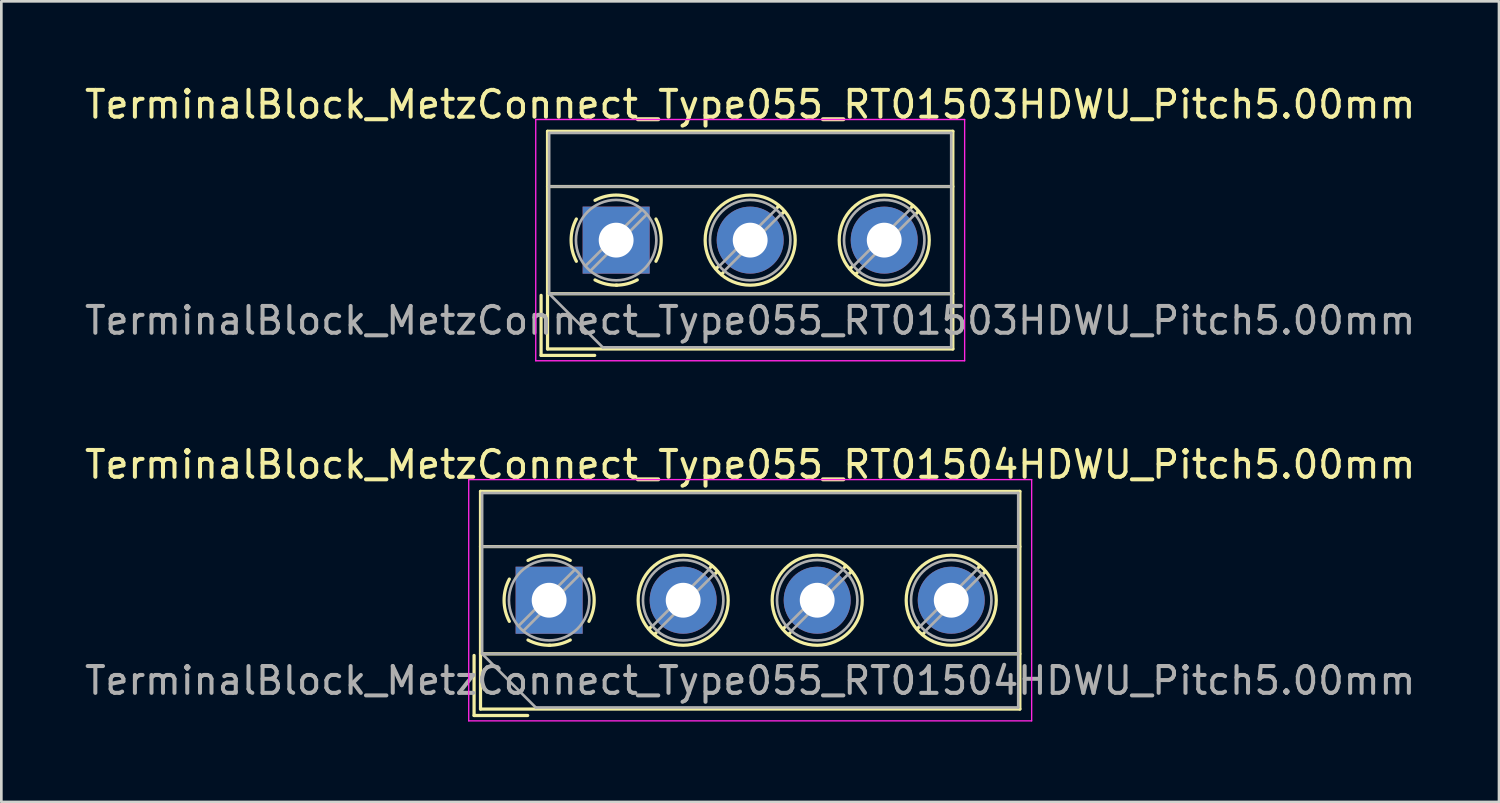
<source format=kicad_pcb>
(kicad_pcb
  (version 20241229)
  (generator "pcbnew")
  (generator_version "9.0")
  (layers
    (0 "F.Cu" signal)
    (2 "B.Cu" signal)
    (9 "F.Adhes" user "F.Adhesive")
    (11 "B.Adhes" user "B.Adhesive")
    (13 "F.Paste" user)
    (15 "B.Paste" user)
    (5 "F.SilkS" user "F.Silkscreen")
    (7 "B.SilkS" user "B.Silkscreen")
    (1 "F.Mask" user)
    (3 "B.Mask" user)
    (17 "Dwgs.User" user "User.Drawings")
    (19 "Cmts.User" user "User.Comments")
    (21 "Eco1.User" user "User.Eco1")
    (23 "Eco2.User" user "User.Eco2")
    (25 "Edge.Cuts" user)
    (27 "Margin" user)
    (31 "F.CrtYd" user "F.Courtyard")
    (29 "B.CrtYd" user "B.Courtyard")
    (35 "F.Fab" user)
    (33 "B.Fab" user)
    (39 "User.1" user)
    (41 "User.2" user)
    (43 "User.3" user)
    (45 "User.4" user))
  (footprint "TerminalBlock_MetzConnect_Type055_RT01503HDWU_Pitch5.00mm"
    (layer "F.Cu")
    (at 19.935 5.908)
    (property "Reference" "TerminalBlock_MetzConnect_Type055_RT01503HDWU_Pitch5.00mm" (at 5 -5.06 0) (layer "F.SilkS") (effects (font (size 1 1) (thickness 0.15))))
    (attr through_hole)
    (fp_line (start -2.8 2.06) (end -2.8 4.3) (stroke (width 0.12) (type solid)) (layer "F.SilkS"))
    (fp_line (start -2.8 4.3) (end -0.8 4.3) (stroke (width 0.12) (type solid)) (layer "F.SilkS"))
    (fp_line (start -2.56 -4.06) (end -2.56 4.06) (stroke (width 0.12) (type solid)) (layer "F.SilkS"))
    (fp_line (start -2.56 -2) (end 12.56 -2) (stroke (width 0.12) (type solid)) (layer "F.SilkS"))
    (fp_line (start -2.56 2) (end 12.56 2) (stroke (width 0.12) (type solid)) (layer "F.SilkS"))
    (fp_line (start -2.56 4.06) (end 12.56 4.06) (stroke (width 0.12) (type solid)) (layer "F.SilkS"))
    (fp_line (start 3.82 0.976) (end 3.726 1.069) (stroke (width 0.12) (type solid)) (layer "F.SilkS"))
    (fp_line (start 3.99 1.216) (end 3.931 1.274) (stroke (width 0.12) (type solid)) (layer "F.SilkS"))
    (fp_line (start 6.07 -1.275) (end 6.011 -1.216) (stroke (width 0.12) (type solid)) (layer "F.SilkS"))
    (fp_line (start 6.275 -1.069) (end 6.181 -0.976) (stroke (width 0.12) (type solid)) (layer "F.SilkS"))
    (fp_line (start 8.82 0.976) (end 8.726 1.069) (stroke (width 0.12) (type solid)) (layer "F.SilkS"))
    (fp_line (start 8.99 1.216) (end 8.931 1.274) (stroke (width 0.12) (type solid)) (layer "F.SilkS"))
    (fp_line (start 11.07 -1.275) (end 11.011 -1.216) (stroke (width 0.12) (type solid)) (layer "F.SilkS"))
    (fp_line (start 11.275 -1.069) (end 11.181 -0.976) (stroke (width 0.12) (type solid)) (layer "F.SilkS"))
    (fp_line (start 12.56 -4.06) (end -2.56 -4.06) (stroke (width 0.12) (type solid)) (layer "F.SilkS"))
    (fp_line (start 12.56 4.06) (end 12.56 -4.06) (stroke (width 0.12) (type solid)) (layer "F.SilkS"))
    (fp_arc (start -1.483953 0.789089) (mid -1.680708 0.00005) (end -1.484 -0.789) (stroke (width 0.12) (type solid)) (layer "F.SilkS"))
    (fp_arc (start -0.789089 -1.483953) (mid -0.00005 -1.680708) (end 0.789 -1.484) (stroke (width 0.12) (type solid)) (layer "F.SilkS"))
    (fp_arc (start 0.029383 1.68045) (mid -0.392304 1.634281) (end -0.789 1.484) (stroke (width 0.12) (type solid)) (layer "F.SilkS"))
    (fp_arc (start 0.788712 1.483352) (mid 0.406429 1.630097) (end 0 1.68) (stroke (width 0.12) (type solid)) (layer "F.SilkS"))
    (fp_arc (start 1.483953 -0.789089) (mid 1.680708 -0.00005) (end 1.484 0.789) (stroke (width 0.12) (type solid)) (layer "F.SilkS"))
    (fp_circle (center 5 0) (end 6.68 0) (stroke (width 0.12) (type solid)) (fill no) (layer "F.SilkS"))
    (fp_circle (center 10 0) (end 11.68 0) (stroke (width 0.12) (type solid)) (fill no) (layer "F.SilkS"))
    (fp_line (start -3 -4.5) (end -3 4.5) (stroke (width 0.05) (type solid)) (layer "F.CrtYd"))
    (fp_line (start -3 4.5) (end 13 4.5) (stroke (width 0.05) (type solid)) (layer "F.CrtYd"))
    (fp_line (start 13 -4.5) (end -3 -4.5) (stroke (width 0.05) (type solid)) (layer "F.CrtYd"))
    (fp_line (start 13 4.5) (end 13 -4.5) (stroke (width 0.05) (type solid)) (layer "F.CrtYd"))
    (fp_line (start -2.5 -4) (end 12.5 -4) (stroke (width 0.1) (type solid)) (layer "F.Fab"))
    (fp_line (start -2.5 -2) (end 12.5 -2) (stroke (width 0.1) (type solid)) (layer "F.Fab"))
    (fp_line (start -2.5 2) (end -2.5 -4) (stroke (width 0.1) (type solid)) (layer "F.Fab"))
    (fp_line (start -2.5 2) (end 12.5 2) (stroke (width 0.1) (type solid)) (layer "F.Fab"))
    (fp_line (start -0.5 4) (end -2.5 2) (stroke (width 0.1) (type solid)) (layer "F.Fab"))
    (fp_line (start 0.955 -1.138) (end -1.138 0.955) (stroke (width 0.1) (type solid)) (layer "F.Fab"))
    (fp_line (start 1.138 -0.955) (end -0.955 1.138) (stroke (width 0.1) (type solid)) (layer "F.Fab"))
    (fp_line (start 5.955 -1.138) (end 3.863 0.955) (stroke (width 0.1) (type solid)) (layer "F.Fab"))
    (fp_line (start 6.138 -0.955) (end 4.046 1.138) (stroke (width 0.1) (type solid)) (layer "F.Fab"))
    (fp_line (start 10.955 -1.138) (end 8.863 0.955) (stroke (width 0.1) (type solid)) (layer "F.Fab"))
    (fp_line (start 11.138 -0.955) (end 9.046 1.138) (stroke (width 0.1) (type solid)) (layer "F.Fab"))
    (fp_line (start 12.5 -4) (end 12.5 4) (stroke (width 0.1) (type solid)) (layer "F.Fab"))
    (fp_line (start 12.5 4) (end -0.5 4) (stroke (width 0.1) (type solid)) (layer "F.Fab"))
    (fp_circle (center 0 0) (end 1.5 0) (stroke (width 0.1) (type solid)) (fill no) (layer "F.Fab"))
    (fp_circle (center 5 0) (end 6.5 0) (stroke (width 0.1) (type solid)) (fill no) (layer "F.Fab"))
    (fp_circle (center 10 0) (end 11.5 0) (stroke (width 0.1) (type solid)) (fill no) (layer "F.Fab"))
    (fp_text user "${REFERENCE}" (at 5 3 0) (layer "F.Fab") (effects (font (size 1 1) (thickness 0.15))))
    (pad "1" thru_hole rect (at 0 0) (size 2.5 2.5) (drill 1.3) (layers "*.Cu" "*.Mask"))
    (pad "2" thru_hole circle (at 5 0) (size 2.5 2.5) (drill 1.3) (layers "*.Cu" "*.Mask"))
    (pad "3" thru_hole circle (at 10 0) (size 2.5 2.5) (drill 1.3) (layers "*.Cu" "*.Mask")))
  (footprint "TerminalBlock_MetzConnect_Type055_RT01504HDWU_Pitch5.00mm"
    (layer "F.Cu")
    (at 17.435 19.341)
    (property "Reference" "TerminalBlock_MetzConnect_Type055_RT01504HDWU_Pitch5.00mm" (at 7.5 -5.06 0) (layer "F.SilkS") (effects (font (size 1 1) (thickness 0.15))))
    (attr through_hole)
    (fp_line (start -2.8 2.06) (end -2.8 4.3) (stroke (width 0.12) (type solid)) (layer "F.SilkS"))
    (fp_line (start -2.8 4.3) (end -0.8 4.3) (stroke (width 0.12) (type solid)) (layer "F.SilkS"))
    (fp_line (start -2.56 -4.06) (end -2.56 4.06) (stroke (width 0.12) (type solid)) (layer "F.SilkS"))
    (fp_line (start -2.56 -2) (end 17.56 -2) (stroke (width 0.12) (type solid)) (layer "F.SilkS"))
    (fp_line (start -2.56 2) (end 17.56 2) (stroke (width 0.12) (type solid)) (layer "F.SilkS"))
    (fp_line (start -2.56 4.06) (end 17.56 4.06) (stroke (width 0.12) (type solid)) (layer "F.SilkS"))
    (fp_line (start 3.82 0.976) (end 3.726 1.069) (stroke (width 0.12) (type solid)) (layer "F.SilkS"))
    (fp_line (start 3.99 1.216) (end 3.931 1.274) (stroke (width 0.12) (type solid)) (layer "F.SilkS"))
    (fp_line (start 6.07 -1.275) (end 6.011 -1.216) (stroke (width 0.12) (type solid)) (layer "F.SilkS"))
    (fp_line (start 6.275 -1.069) (end 6.181 -0.976) (stroke (width 0.12) (type solid)) (layer "F.SilkS"))
    (fp_line (start 8.82 0.976) (end 8.726 1.069) (stroke (width 0.12) (type solid)) (layer "F.SilkS"))
    (fp_line (start 8.99 1.216) (end 8.931 1.274) (stroke (width 0.12) (type solid)) (layer "F.SilkS"))
    (fp_line (start 11.07 -1.275) (end 11.011 -1.216) (stroke (width 0.12) (type solid)) (layer "F.SilkS"))
    (fp_line (start 11.275 -1.069) (end 11.181 -0.976) (stroke (width 0.12) (type solid)) (layer "F.SilkS"))
    (fp_line (start 13.82 0.976) (end 13.726 1.069) (stroke (width 0.12) (type solid)) (layer "F.SilkS"))
    (fp_line (start 13.99 1.216) (end 13.931 1.274) (stroke (width 0.12) (type solid)) (layer "F.SilkS"))
    (fp_line (start 16.07 -1.275) (end 16.011 -1.216) (stroke (width 0.12) (type solid)) (layer "F.SilkS"))
    (fp_line (start 16.275 -1.069) (end 16.181 -0.976) (stroke (width 0.12) (type solid)) (layer "F.SilkS"))
    (fp_line (start 17.56 -4.06) (end -2.56 -4.06) (stroke (width 0.12) (type solid)) (layer "F.SilkS"))
    (fp_line (start 17.56 4.06) (end 17.56 -4.06) (stroke (width 0.12) (type solid)) (layer "F.SilkS"))
    (fp_arc (start -1.483953 0.789089) (mid -1.680708 0.00005) (end -1.484 -0.789) (stroke (width 0.12) (type solid)) (layer "F.SilkS"))
    (fp_arc (start -0.789089 -1.483953) (mid -0.00005 -1.680708) (end 0.789 -1.484) (stroke (width 0.12) (type solid)) (layer "F.SilkS"))
    (fp_arc (start 0.029383 1.68045) (mid -0.392304 1.634281) (end -0.789 1.484) (stroke (width 0.12) (type solid)) (layer "F.SilkS"))
    (fp_arc (start 0.788712 1.483352) (mid 0.406429 1.630097) (end 0 1.68) (stroke (width 0.12) (type solid)) (layer "F.SilkS"))
    (fp_arc (start 1.483953 -0.789089) (mid 1.680708 -0.00005) (end 1.484 0.789) (stroke (width 0.12) (type solid)) (layer "F.SilkS"))
    (fp_circle (center 5 0) (end 6.68 0) (stroke (width 0.12) (type solid)) (fill no) (layer "F.SilkS"))
    (fp_circle (center 10 0) (end 11.68 0) (stroke (width 0.12) (type solid)) (fill no) (layer "F.SilkS"))
    (fp_circle (center 15 0) (end 16.68 0) (stroke (width 0.12) (type solid)) (fill no) (layer "F.SilkS"))
    (fp_line (start -3 -4.5) (end -3 4.5) (stroke (width 0.05) (type solid)) (layer "F.CrtYd"))
    (fp_line (start -3 4.5) (end 18 4.5) (stroke (width 0.05) (type solid)) (layer "F.CrtYd"))
    (fp_line (start 18 -4.5) (end -3 -4.5) (stroke (width 0.05) (type solid)) (layer "F.CrtYd"))
    (fp_line (start 18 4.5) (end 18 -4.5) (stroke (width 0.05) (type solid)) (layer "F.CrtYd"))
    (fp_line (start -2.5 -4) (end 17.5 -4) (stroke (width 0.1) (type solid)) (layer "F.Fab"))
    (fp_line (start -2.5 -2) (end 17.5 -2) (stroke (width 0.1) (type solid)) (layer "F.Fab"))
    (fp_line (start -2.5 2) (end -2.5 -4) (stroke (width 0.1) (type solid)) (layer "F.Fab"))
    (fp_line (start -2.5 2) (end 17.5 2) (stroke (width 0.1) (type solid)) (layer "F.Fab"))
    (fp_line (start -0.5 4) (end -2.5 2) (stroke (width 0.1) (type solid)) (layer "F.Fab"))
    (fp_line (start 0.955 -1.138) (end -1.138 0.955) (stroke (width 0.1) (type solid)) (layer "F.Fab"))
    (fp_line (start 1.138 -0.955) (end -0.955 1.138) (stroke (width 0.1) (type solid)) (layer "F.Fab"))
    (fp_line (start 5.955 -1.138) (end 3.863 0.955) (stroke (width 0.1) (type solid)) (layer "F.Fab"))
    (fp_line (start 6.138 -0.955) (end 4.046 1.138) (stroke (width 0.1) (type solid)) (layer "F.Fab"))
    (fp_line (start 10.955 -1.138) (end 8.863 0.955) (stroke (width 0.1) (type solid)) (layer "F.Fab"))
    (fp_line (start 11.138 -0.955) (end 9.046 1.138) (stroke (width 0.1) (type solid)) (layer "F.Fab"))
    (fp_line (start 15.955 -1.138) (end 13.863 0.955) (stroke (width 0.1) (type solid)) (layer "F.Fab"))
    (fp_line (start 16.138 -0.955) (end 14.046 1.138) (stroke (width 0.1) (type solid)) (layer "F.Fab"))
    (fp_line (start 17.5 -4) (end 17.5 4) (stroke (width 0.1) (type solid)) (layer "F.Fab"))
    (fp_line (start 17.5 4) (end -0.5 4) (stroke (width 0.1) (type solid)) (layer "F.Fab"))
    (fp_circle (center 0 0) (end 1.5 0) (stroke (width 0.1) (type solid)) (fill no) (layer "F.Fab"))
    (fp_circle (center 5 0) (end 6.5 0) (stroke (width 0.1) (type solid)) (fill no) (layer "F.Fab"))
    (fp_circle (center 10 0) (end 11.5 0) (stroke (width 0.1) (type solid)) (fill no) (layer "F.Fab"))
    (fp_circle (center 15 0) (end 16.5 0) (stroke (width 0.1) (type solid)) (fill no) (layer "F.Fab"))
    (fp_text user "${REFERENCE}" (at 7.5 3 0) (layer "F.Fab") (effects (font (size 1 1) (thickness 0.15))))
    (pad "1" thru_hole rect (at 0 0) (size 2.5 2.5) (drill 1.3) (layers "*.Cu" "*.Mask"))
    (pad "2" thru_hole circle (at 5 0) (size 2.5 2.5) (drill 1.3) (layers "*.Cu" "*.Mask"))
    (pad "3" thru_hole circle (at 10 0) (size 2.5 2.5) (drill 1.3) (layers "*.Cu" "*.Mask"))
    (pad "4" thru_hole circle (at 15 0) (size 2.5 2.5) (drill 1.3) (layers "*.Cu" "*.Mask")))
  (gr_rect
    (start -3 -3)
    (end 52.869 26.866)
    (stroke (width 0.1) (type default))
    (fill no)
    (layer "Edge.Cuts")))
</source>
